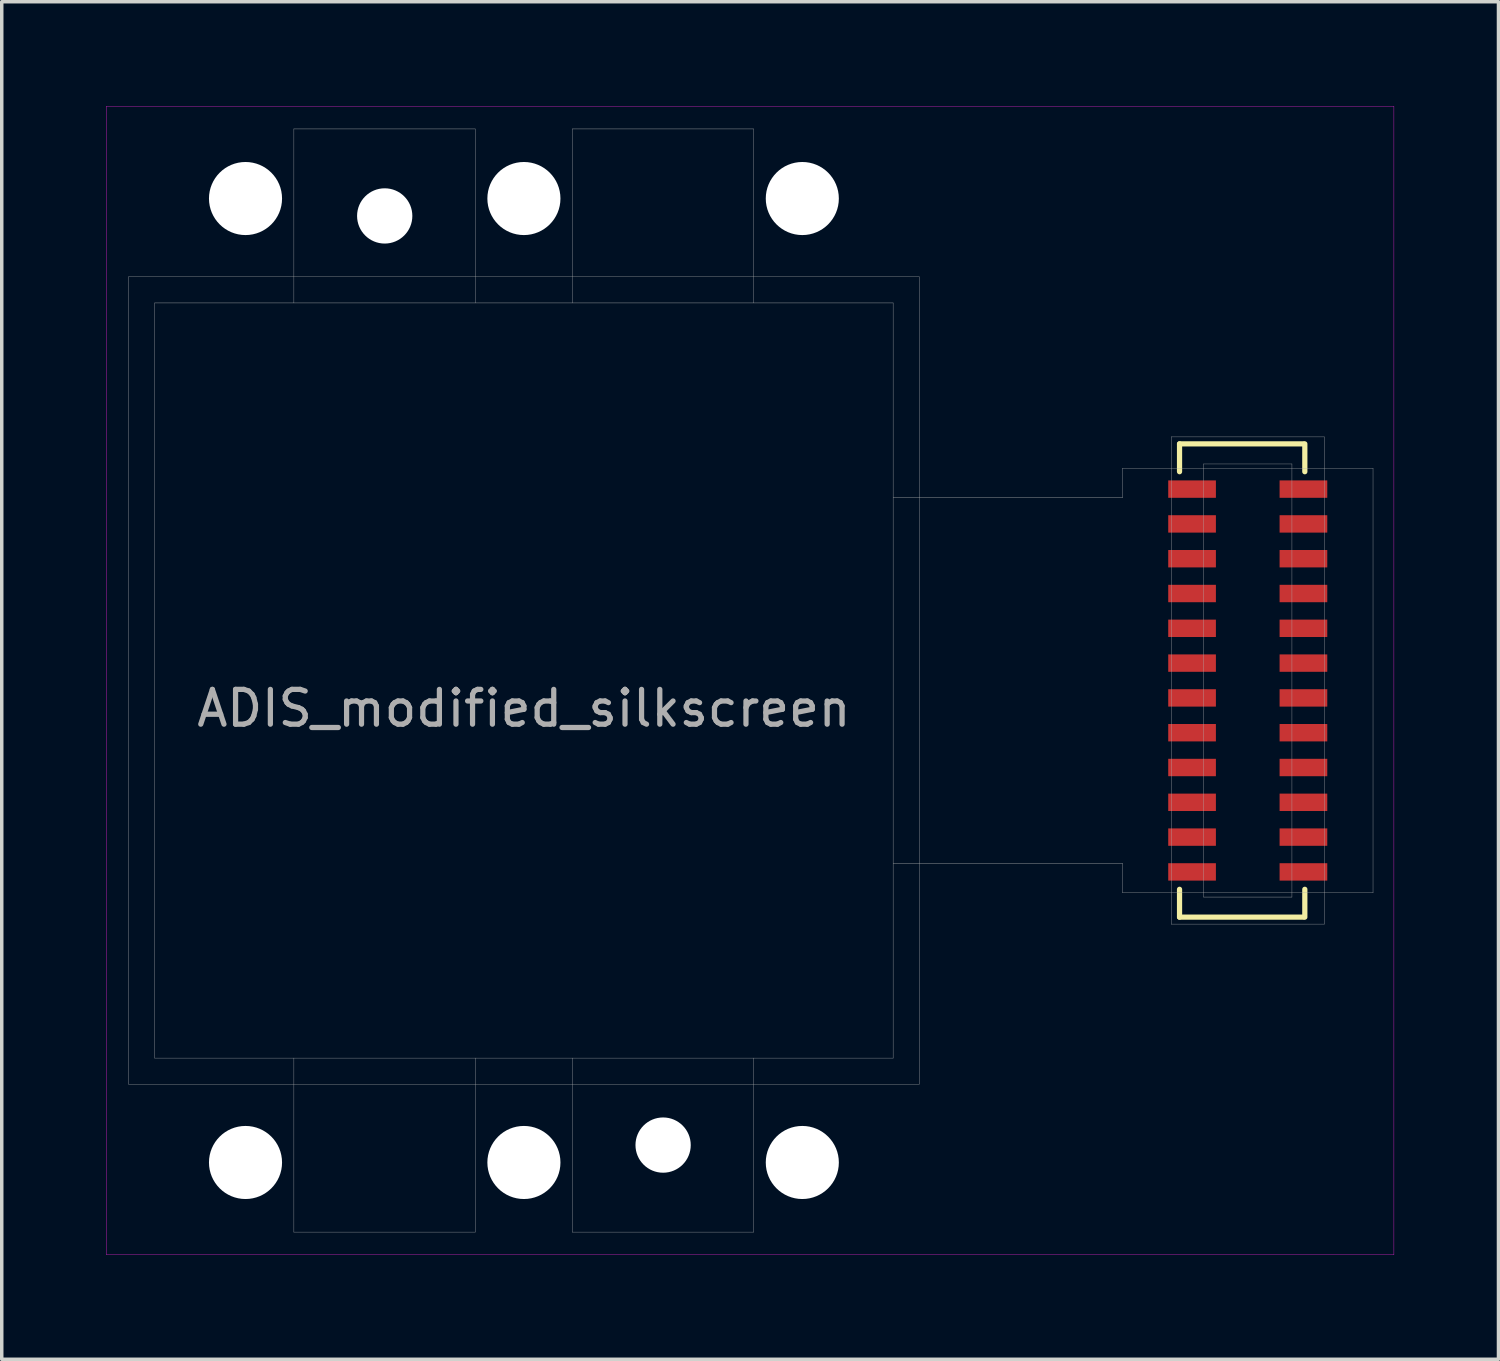
<source format=kicad_pcb>
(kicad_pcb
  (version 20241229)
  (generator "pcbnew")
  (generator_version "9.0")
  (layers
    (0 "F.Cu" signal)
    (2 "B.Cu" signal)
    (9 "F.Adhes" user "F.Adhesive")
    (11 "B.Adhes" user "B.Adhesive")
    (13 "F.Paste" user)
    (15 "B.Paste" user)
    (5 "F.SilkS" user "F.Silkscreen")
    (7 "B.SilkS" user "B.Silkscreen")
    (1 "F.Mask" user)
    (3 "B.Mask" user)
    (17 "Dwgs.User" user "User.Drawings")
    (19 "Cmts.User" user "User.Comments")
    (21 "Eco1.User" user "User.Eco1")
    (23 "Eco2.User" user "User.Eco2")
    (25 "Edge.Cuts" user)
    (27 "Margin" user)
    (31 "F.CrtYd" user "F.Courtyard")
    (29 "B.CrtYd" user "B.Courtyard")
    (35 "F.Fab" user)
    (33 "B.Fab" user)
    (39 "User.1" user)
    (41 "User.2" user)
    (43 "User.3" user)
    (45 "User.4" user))
  (footprint "ADIS_modified_silkscreen"
    (layer "F.Cu")
    (at 12.005 16.505)
    (property "Reference" "ADIS_modified_silkscreen" (at 0 0.8 0) (layer "F.Fab") (effects (font (size 1 1) (thickness 0.15))))
    (attr through_hole)
    (fp_line (start 18.84 -6.8) (end 22.4 -6.8) (stroke (width 0.15) (type solid)) (layer "F.SilkS"))
    (fp_line (start 18.84 -6) (end 18.84 -6.8) (stroke (width 0.15) (type solid)) (layer "F.SilkS"))
    (fp_line (start 18.84 6) (end 18.84 6.8) (stroke (width 0.15) (type solid)) (layer "F.SilkS"))
    (fp_line (start 18.84 6.8) (end 22.4 6.8) (stroke (width 0.15) (type solid)) (layer "F.SilkS"))
    (fp_line (start 22.44 -6.8) (end 22.44 -6) (stroke (width 0.15) (type solid)) (layer "F.SilkS"))
    (fp_line (start 22.44 6.8) (end 22.44 6) (stroke (width 0.15) (type solid)) (layer "F.SilkS"))
    (fp_line (start -12 -16.5) (end -12 16.5) (stroke (width 0.01) (type solid)) (layer "F.CrtYd"))
    (fp_line (start -12 16.5) (end 25 16.5) (stroke (width 0.01) (type solid)) (layer "F.CrtYd"))
    (fp_line (start 25 -16.5) (end -12 -16.5) (stroke (width 0.01) (type solid)) (layer "F.CrtYd"))
    (fp_line (start 25 16.5) (end 25 -16.5) (stroke (width 0.01) (type solid)) (layer "F.CrtYd"))
    (fp_line (start -11.36 -11.6) (end 11.36 -11.6) (stroke (width 0.01) (type solid)) (layer "F.Fab"))
    (fp_line (start -11.36 11.6) (end -11.36 -11.6) (stroke (width 0.01) (type solid)) (layer "F.Fab"))
    (fp_line (start -10.61 -10.85) (end -10.61 10.85) (stroke (width 0.01) (type solid)) (layer "F.Fab"))
    (fp_line (start -10.61 -10.85) (end 10.61 -10.85) (stroke (width 0.01) (type solid)) (layer "F.Fab"))
    (fp_line (start -10.61 10.85) (end 10.61 10.85) (stroke (width 0.01) (type solid)) (layer "F.Fab"))
    (fp_line (start -6.61 -15.85) (end -1.4 -15.85) (stroke (width 0.01) (type solid)) (layer "F.Fab"))
    (fp_line (start -6.61 -10.85) (end -6.61 -15.85) (stroke (width 0.01) (type solid)) (layer "F.Fab"))
    (fp_line (start -6.61 10.85) (end -6.61 15.85) (stroke (width 0.01) (type solid)) (layer "F.Fab"))
    (fp_line (start -6.61 15.85) (end -1.4 15.85) (stroke (width 0.01) (type solid)) (layer "F.Fab"))
    (fp_line (start -1.4 -15.85) (end -1.4 -10.85) (stroke (width 0.01) (type solid)) (layer "F.Fab"))
    (fp_line (start -1.4 15.85) (end -1.4 10.85) (stroke (width 0.01) (type solid)) (layer "F.Fab"))
    (fp_line (start 1.39 -15.85) (end 6.6 -15.85) (stroke (width 0.01) (type solid)) (layer "F.Fab"))
    (fp_line (start 1.39 -10.85) (end 1.39 -15.85) (stroke (width 0.01) (type solid)) (layer "F.Fab"))
    (fp_line (start 1.39 15.85) (end 1.39 10.85) (stroke (width 0.01) (type solid)) (layer "F.Fab"))
    (fp_line (start 6.6 -15.85) (end 6.6 -10.85) (stroke (width 0.01) (type solid)) (layer "F.Fab"))
    (fp_line (start 6.6 10.85) (end 6.6 15.85) (stroke (width 0.01) (type solid)) (layer "F.Fab"))
    (fp_line (start 6.6 15.85) (end 1.39 15.85) (stroke (width 0.01) (type solid)) (layer "F.Fab"))
    (fp_line (start 10.61 -10.85) (end 10.61 10.85) (stroke (width 0.01) (type solid)) (layer "F.Fab"))
    (fp_line (start 10.61 -5.25) (end 17.2 -5.25) (stroke (width 0.01) (type solid)) (layer "F.Fab"))
    (fp_line (start 10.61 5.25) (end 17.2 5.25) (stroke (width 0.01) (type solid)) (layer "F.Fab"))
    (fp_line (start 11.36 -11.6) (end 11.36 11.6) (stroke (width 0.01) (type solid)) (layer "F.Fab"))
    (fp_line (start 11.36 11.6) (end -11.36 11.6) (stroke (width 0.01) (type solid)) (layer "F.Fab"))
    (fp_line (start 17.2 -6.1) (end 17.2 -5.25) (stroke (width 0.01) (type solid)) (layer "F.Fab"))
    (fp_line (start 17.2 6.1) (end 17.2 5.25) (stroke (width 0.01) (type solid)) (layer "F.Fab"))
    (fp_line (start 18.6 -7) (end 23 -7) (stroke (width 0.01) (type solid)) (layer "F.Fab"))
    (fp_line (start 18.6 7) (end 18.6 -7) (stroke (width 0.01) (type solid)) (layer "F.Fab"))
    (fp_line (start 19.53 -6.223) (end 22.07 -6.223) (stroke (width 0.01) (type solid)) (layer "F.Fab"))
    (fp_line (start 19.53 6.223) (end 19.53 -6.223) (stroke (width 0.01) (type solid)) (layer "F.Fab"))
    (fp_line (start 22.07 -6.223) (end 22.07 6.223) (stroke (width 0.01) (type solid)) (layer "F.Fab"))
    (fp_line (start 22.07 6.223) (end 19.53 6.223) (stroke (width 0.01) (type solid)) (layer "F.Fab"))
    (fp_line (start 23 -7) (end 23 7) (stroke (width 0.01) (type solid)) (layer "F.Fab"))
    (fp_line (start 23 7) (end 18.6 7) (stroke (width 0.01) (type solid)) (layer "F.Fab"))
    (fp_line (start 24.4 -6.1) (end 17.2 -6.1) (stroke (width 0.01) (type solid)) (layer "F.Fab"))
    (fp_line (start 24.4 -6.1) (end 24.4 6.1) (stroke (width 0.01) (type solid)) (layer "F.Fab"))
    (fp_line (start 24.4 6.1) (end 17.2 6.1) (stroke (width 0.01) (type solid)) (layer "F.Fab"))
    (pad "" np_thru_hole circle (at -8 -13.85) (size 2.1 2.1) (drill 2.1) (layers "*.Cu" "*.Mask"))
    (pad "" np_thru_hole circle (at -8 13.85) (size 2.1 2.1) (drill 2.1) (layers "*.Cu" "*.Mask"))
    (pad "" np_thru_hole circle (at -4 -13.35) (size 1.588 1.588) (drill 1.588) (layers "*.Cu" "*.Mask"))
    (pad "" np_thru_hole circle (at 0 -13.85) (size 2.1 2.1) (drill 2.1) (layers "*.Cu" "*.Mask"))
    (pad "" np_thru_hole circle (at 0 13.85) (size 2.1 2.1) (drill 2.1) (layers "*.Cu" "*.Mask"))
    (pad "" np_thru_hole circle (at 4 13.35) (size 1.588 1.588) (drill 1.588) (layers "*.Cu" "*.Mask"))
    (pad "" np_thru_hole circle (at 8 -13.85) (size 2.1 2.1) (drill 2.1) (layers "*.Cu" "*.Mask"))
    (pad "" np_thru_hole circle (at 8 13.85) (size 2.1 2.1) (drill 2.1) (layers "*.Cu" "*.Mask"))
    (pad "1" smd rect (at 22.4 -5.5) (size 1.37 0.5) (layers "F.Cu" "F.Mask" "F.Paste"))
    (pad "2" smd rect (at 19.2 -5.5) (size 1.37 0.5) (layers "F.Cu" "F.Mask" "F.Paste"))
    (pad "3" smd rect (at 22.4 -4.5) (size 1.37 0.5) (layers "F.Cu" "F.Mask" "F.Paste"))
    (pad "4" smd rect (at 19.2 -4.5) (size 1.37 0.5) (layers "F.Cu" "F.Mask" "F.Paste"))
    (pad "5" smd rect (at 22.4 -3.5) (size 1.37 0.5) (layers "F.Cu" "F.Mask" "F.Paste"))
    (pad "6" smd rect (at 19.2 -3.5) (size 1.37 0.5) (layers "F.Cu" "F.Mask" "F.Paste"))
    (pad "7" smd rect (at 22.4 -2.5) (size 1.37 0.5) (layers "F.Cu" "F.Mask" "F.Paste"))
    (pad "8" smd rect (at 19.2 -2.5) (size 1.37 0.5) (layers "F.Cu" "F.Mask" "F.Paste"))
    (pad "9" smd rect (at 22.4 -1.5) (size 1.37 0.5) (layers "F.Cu" "F.Mask" "F.Paste"))
    (pad "10" smd rect (at 19.2 -1.5) (size 1.37 0.5) (layers "F.Cu" "F.Mask" "F.Paste"))
    (pad "11" smd rect (at 22.4 -0.5) (size 1.37 0.5) (layers "F.Cu" "F.Mask" "F.Paste"))
    (pad "12" smd rect (at 19.2 -0.5) (size 1.37 0.5) (layers "F.Cu" "F.Mask" "F.Paste"))
    (pad "13" smd rect (at 22.4 0.5) (size 1.37 0.5) (layers "F.Cu" "F.Mask" "F.Paste"))
    (pad "14" smd rect (at 19.2 0.5) (size 1.37 0.5) (layers "F.Cu" "F.Mask" "F.Paste"))
    (pad "15" smd rect (at 22.4 1.5) (size 1.37 0.5) (layers "F.Cu" "F.Mask" "F.Paste"))
    (pad "16" smd rect (at 19.2 1.5) (size 1.37 0.5) (layers "F.Cu" "F.Mask" "F.Paste"))
    (pad "17" smd rect (at 22.4 2.5) (size 1.37 0.5) (layers "F.Cu" "F.Mask" "F.Paste"))
    (pad "18" smd rect (at 19.2 2.5) (size 1.37 0.5) (layers "F.Cu" "F.Mask" "F.Paste"))
    (pad "19" smd rect (at 22.4 3.5) (size 1.37 0.5) (layers "F.Cu" "F.Mask" "F.Paste"))
    (pad "20" smd rect (at 19.2 3.5) (size 1.37 0.5) (layers "F.Cu" "F.Mask" "F.Paste"))
    (pad "21" smd rect (at 22.4 4.5) (size 1.37 0.5) (layers "F.Cu" "F.Mask" "F.Paste"))
    (pad "22" smd rect (at 19.2 4.5) (size 1.37 0.5) (layers "F.Cu" "F.Mask" "F.Paste"))
    (pad "23" smd rect (at 22.4 5.5) (size 1.37 0.5) (layers "F.Cu" "F.Mask" "F.Paste"))
    (pad "24" smd rect (at 19.2 5.5) (size 1.37 0.5) (layers "F.Cu" "F.Mask" "F.Paste")))
  (gr_rect
    (start -3 -3)
    (end 40.01 36.01)
    (stroke (width 0.1) (type default))
    (fill no)
    (layer "Edge.Cuts")))
</source>
